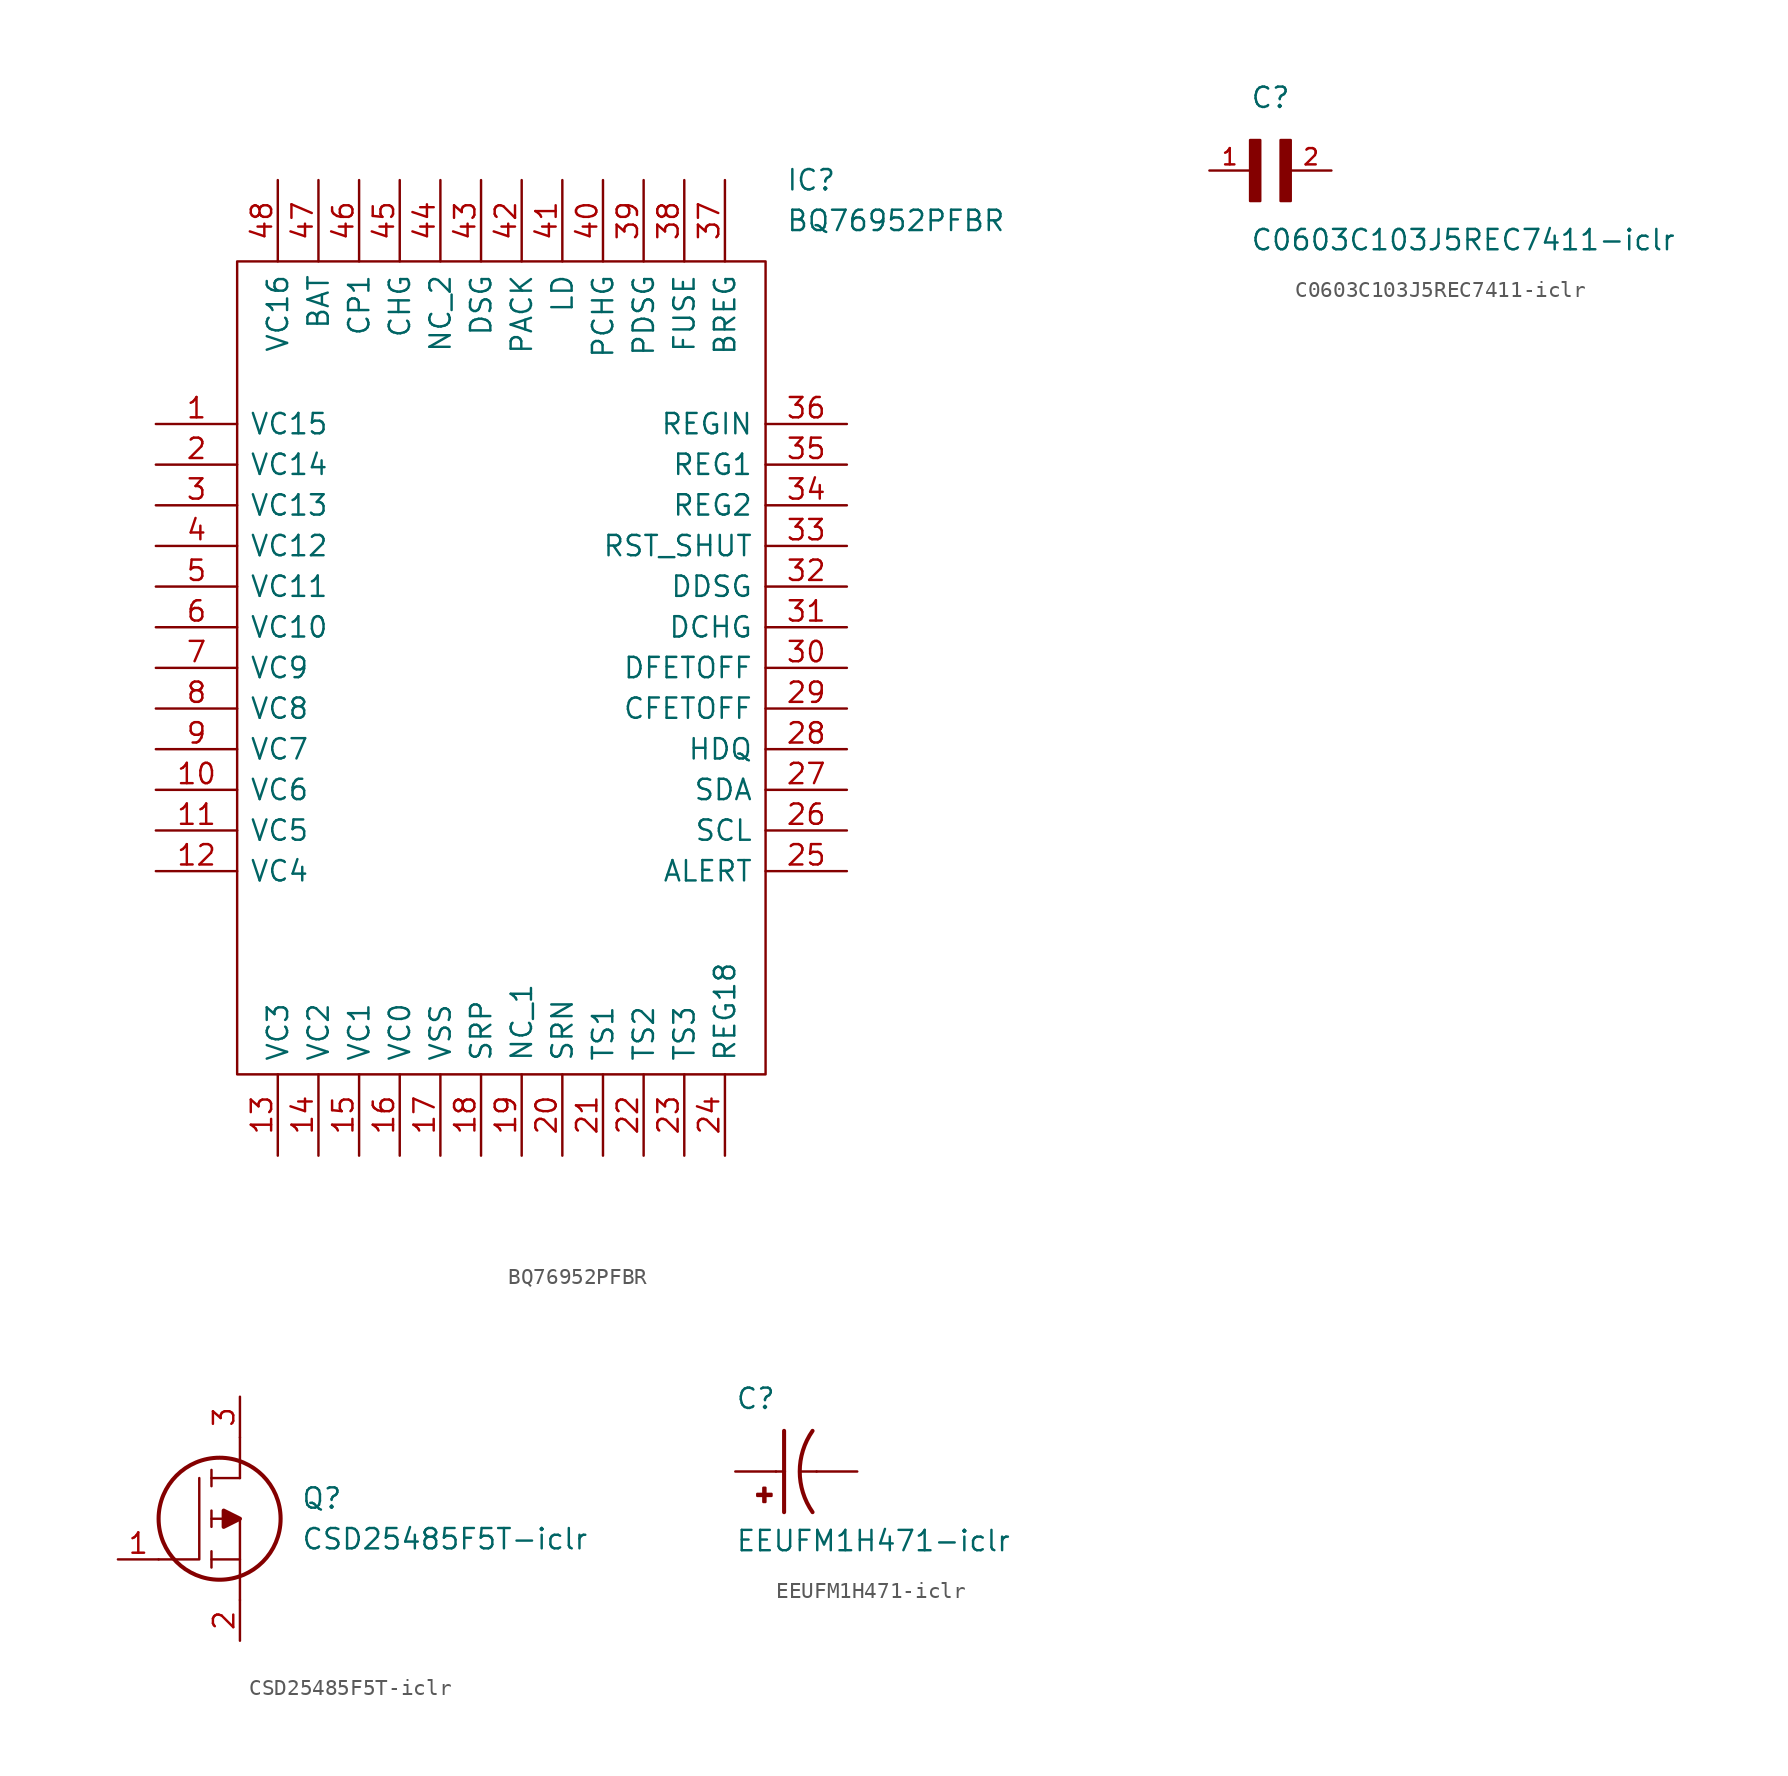
<source format=kicad_sym>
(kicad_symbol_lib
  (version 20211014)
  (generator kicad_symbol_editor)
  (symbol "BQ76952PFBR"
    (pin_names
      (offset 0.762))
    (property "Reference" "IC"
      (at 39.37 15.24 0)
      (effects (font (size 1.27 1.27)) (justify left)))
    (property "Value" "BQ76952PFBR"
      (at 39.37 12.7 0)
      (effects (font (size 1.27 1.27)) (justify left)))
    (symbol "BQ76952PFBR_0_0"
      (pin passive line (at 0 0 0) (length 5.08) (name "VC15" (effects (font (size 1.27 1.27)))) (number "1" (effects (font (size 1.27 1.27)))))
      (pin passive line (at 0 -22.86 0) (length 5.08) (name "VC6" (effects (font (size 1.27 1.27)))) (number "10" (effects (font (size 1.27 1.27)))))
      (pin passive line (at 0 -25.4 0) (length 5.08) (name "VC5" (effects (font (size 1.27 1.27)))) (number "11" (effects (font (size 1.27 1.27)))))
      (pin passive line (at 0 -27.94 0) (length 5.08) (name "VC4" (effects (font (size 1.27 1.27)))) (number "12" (effects (font (size 1.27 1.27)))))
      (pin passive line (at 7.62 -45.72 90) (length 5.08) (name "VC3" (effects (font (size 1.27 1.27)))) (number "13" (effects (font (size 1.27 1.27)))))
      (pin passive line (at 10.16 -45.72 90) (length 5.08) (name "VC2" (effects (font (size 1.27 1.27)))) (number "14" (effects (font (size 1.27 1.27)))))
      (pin passive line (at 12.7 -45.72 90) (length 5.08) (name "VC1" (effects (font (size 1.27 1.27)))) (number "15" (effects (font (size 1.27 1.27)))))
      (pin passive line (at 15.24 -45.72 90) (length 5.08) (name "VC0" (effects (font (size 1.27 1.27)))) (number "16" (effects (font (size 1.27 1.27)))))
      (pin passive line (at 17.78 -45.72 90) (length 5.08) (name "VSS" (effects (font (size 1.27 1.27)))) (number "17" (effects (font (size 1.27 1.27)))))
      (pin passive line (at 20.32 -45.72 90) (length 5.08) (name "SRP" (effects (font (size 1.27 1.27)))) (number "18" (effects (font (size 1.27 1.27)))))
      (pin passive line (at 22.86 -45.72 90) (length 5.08) (name "NC_1" (effects (font (size 1.27 1.27)))) (number "19" (effects (font (size 1.27 1.27)))))
      (pin passive line (at 0 -2.54 0) (length 5.08) (name "VC14" (effects (font (size 1.27 1.27)))) (number "2" (effects (font (size 1.27 1.27)))))
      (pin passive line (at 25.4 -45.72 90) (length 5.08) (name "SRN" (effects (font (size 1.27 1.27)))) (number "20" (effects (font (size 1.27 1.27)))))
      (pin passive line (at 27.94 -45.72 90) (length 5.08) (name "TS1" (effects (font (size 1.27 1.27)))) (number "21" (effects (font (size 1.27 1.27)))))
      (pin passive line (at 30.48 -45.72 90) (length 5.08) (name "TS2" (effects (font (size 1.27 1.27)))) (number "22" (effects (font (size 1.27 1.27)))))
      (pin passive line (at 33.02 -45.72 90) (length 5.08) (name "TS3" (effects (font (size 1.27 1.27)))) (number "23" (effects (font (size 1.27 1.27)))))
      (pin passive line (at 35.56 -45.72 90) (length 5.08) (name "REG18" (effects (font (size 1.27 1.27)))) (number "24" (effects (font (size 1.27 1.27)))))
      (pin passive line (at 43.18 -27.94 180) (length 5.08) (name "ALERT" (effects (font (size 1.27 1.27)))) (number "25" (effects (font (size 1.27 1.27)))))
      (pin passive line (at 43.18 -25.4 180) (length 5.08) (name "SCL" (effects (font (size 1.27 1.27)))) (number "26" (effects (font (size 1.27 1.27)))))
      (pin passive line (at 43.18 -22.86 180) (length 5.08) (name "SDA" (effects (font (size 1.27 1.27)))) (number "27" (effects (font (size 1.27 1.27)))))
      (pin passive line (at 43.18 -20.32 180) (length 5.08) (name "HDQ" (effects (font (size 1.27 1.27)))) (number "28" (effects (font (size 1.27 1.27)))))
      (pin passive line (at 43.18 -17.78 180) (length 5.08) (name "CFETOFF" (effects (font (size 1.27 1.27)))) (number "29" (effects (font (size 1.27 1.27)))))
      (pin passive line (at 0 -5.08 0) (length 5.08) (name "VC13" (effects (font (size 1.27 1.27)))) (number "3" (effects (font (size 1.27 1.27)))))
      (pin passive line (at 43.18 -15.24 180) (length 5.08) (name "DFETOFF" (effects (font (size 1.27 1.27)))) (number "30" (effects (font (size 1.27 1.27)))))
      (pin passive line (at 43.18 -12.7 180) (length 5.08) (name "DCHG" (effects (font (size 1.27 1.27)))) (number "31" (effects (font (size 1.27 1.27)))))
      (pin passive line (at 43.18 -10.16 180) (length 5.08) (name "DDSG" (effects (font (size 1.27 1.27)))) (number "32" (effects (font (size 1.27 1.27)))))
      (pin passive line (at 43.18 -7.62 180) (length 5.08) (name "RST_SHUT" (effects (font (size 1.27 1.27)))) (number "33" (effects (font (size 1.27 1.27)))))
      (pin passive line (at 43.18 -5.08 180) (length 5.08) (name "REG2" (effects (font (size 1.27 1.27)))) (number "34" (effects (font (size 1.27 1.27)))))
      (pin passive line (at 43.18 -2.54 180) (length 5.08) (name "REG1" (effects (font (size 1.27 1.27)))) (number "35" (effects (font (size 1.27 1.27)))))
      (pin passive line (at 43.18 0 180) (length 5.08) (name "REGIN" (effects (font (size 1.27 1.27)))) (number "36" (effects (font (size 1.27 1.27)))))
      (pin passive line (at 35.56 15.24 270) (length 5.08) (name "BREG" (effects (font (size 1.27 1.27)))) (number "37" (effects (font (size 1.27 1.27)))))
      (pin passive line (at 33.02 15.24 270) (length 5.08) (name "FUSE" (effects (font (size 1.27 1.27)))) (number "38" (effects (font (size 1.27 1.27)))))
      (pin passive line (at 30.48 15.24 270) (length 5.08) (name "PDSG" (effects (font (size 1.27 1.27)))) (number "39" (effects (font (size 1.27 1.27)))))
      (pin passive line (at 0 -7.62 0) (length 5.08) (name "VC12" (effects (font (size 1.27 1.27)))) (number "4" (effects (font (size 1.27 1.27)))))
      (pin passive line (at 27.94 15.24 270) (length 5.08) (name "PCHG" (effects (font (size 1.27 1.27)))) (number "40" (effects (font (size 1.27 1.27)))))
      (pin passive line (at 25.4 15.24 270) (length 5.08) (name "LD" (effects (font (size 1.27 1.27)))) (number "41" (effects (font (size 1.27 1.27)))))
      (pin passive line (at 22.86 15.24 270) (length 5.08) (name "PACK" (effects (font (size 1.27 1.27)))) (number "42" (effects (font (size 1.27 1.27)))))
      (pin passive line (at 20.32 15.24 270) (length 5.08) (name "DSG" (effects (font (size 1.27 1.27)))) (number "43" (effects (font (size 1.27 1.27)))))
      (pin passive line (at 17.78 15.24 270) (length 5.08) (name "NC_2" (effects (font (size 1.27 1.27)))) (number "44" (effects (font (size 1.27 1.27)))))
      (pin passive line (at 15.24 15.24 270) (length 5.08) (name "CHG" (effects (font (size 1.27 1.27)))) (number "45" (effects (font (size 1.27 1.27)))))
      (pin passive line (at 12.7 15.24 270) (length 5.08) (name "CP1" (effects (font (size 1.27 1.27)))) (number "46" (effects (font (size 1.27 1.27)))))
      (pin passive line (at 10.16 15.24 270) (length 5.08) (name "BAT" (effects (font (size 1.27 1.27)))) (number "47" (effects (font (size 1.27 1.27)))))
      (pin passive line (at 7.62 15.24 270) (length 5.08) (name "VC16" (effects (font (size 1.27 1.27)))) (number "48" (effects (font (size 1.27 1.27)))))
      (pin passive line (at 0 -10.16 0) (length 5.08) (name "VC11" (effects (font (size 1.27 1.27)))) (number "5" (effects (font (size 1.27 1.27)))))
      (pin passive line (at 0 -12.7 0) (length 5.08) (name "VC10" (effects (font (size 1.27 1.27)))) (number "6" (effects (font (size 1.27 1.27)))))
      (pin passive line (at 0 -15.24 0) (length 5.08) (name "VC9" (effects (font (size 1.27 1.27)))) (number "7" (effects (font (size 1.27 1.27)))))
      (pin passive line (at 0 -17.78 0) (length 5.08) (name "VC8" (effects (font (size 1.27 1.27)))) (number "8" (effects (font (size 1.27 1.27)))))
      (pin passive line (at 0 -20.32 0) (length 5.08) (name "VC7" (effects (font (size 1.27 1.27)))) (number "9" (effects (font (size 1.27 1.27))))))
    (symbol "BQ76952PFBR_0_1"
      (polyline (pts (xy 5.08 10.16) (xy 38.1 10.16) (xy 38.1 -40.64) (xy 5.08 -40.64) (xy 5.08 10.16)) (stroke (width 0.152) (type default) (color 0 0 0 0)) (fill (type none)))))
  (symbol "C0603C103J5REC7411-iclr"
    (pin_names
      (offset 1.016) hide)
    (property "Reference" "C"
      (at 0 3.81 0)
      (effects (font (size 1.27 1.27)) (justify left bottom)))
    (property "Value" "C0603C103J5REC7411-iclr"
      (at 0 -5.08 0)
      (effects (font (size 1.27 1.27)) (justify left bottom)))
    (property "ki_locked" ""
      (at 0 0 0)
      (effects (font (size 1.27 1.27))))
    (symbol "C0603C103J5REC7411-iclr_0_0"
      (rectangle (start 0 -1.905) (end 0.635 1.905) (stroke (width 0) (type default) (color 0 0 0 0)) (fill (type outline)))
      (rectangle (start 1.905 -1.905) (end 2.54 1.905) (stroke (width 0) (type default) (color 0 0 0 0)) (fill (type outline)))
      (pin passive line (at -2.54 0 0) (length 2.54) (name "~" (effects (font (size 1.016 1.016)))) (number "1" (effects (font (size 1.016 1.016)))))
      (pin passive line (at 5.08 0 180) (length 2.54) (name "~" (effects (font (size 1.016 1.016)))) (number "2" (effects (font (size 1.016 1.016)))))))
  (symbol "CSD25485F5T-iclr"
    (pin_names
      (offset 0.762))
    (property "Reference" "Q"
      (at 11.43 3.81 0)
      (effects (font (size 1.27 1.27)) (justify left)))
    (property "Value" "CSD25485F5T-iclr"
      (at 11.43 1.27 0)
      (effects (font (size 1.27 1.27)) (justify left)))
    (symbol "CSD25485F5T-iclr_0_0"
      (pin passive line (at 0 0 0) (length 2.54) (name "~" (effects (font (size 1.27 1.27)))) (number "1" (effects (font (size 1.27 1.27)))))
      (pin passive line (at 7.62 -5.08 90) (length 2.54) (name "~" (effects (font (size 1.27 1.27)))) (number "2" (effects (font (size 1.27 1.27)))))
      (pin passive line (at 7.62 10.16 270) (length 2.54) (name "~" (effects (font (size 1.27 1.27)))) (number "3" (effects (font (size 1.27 1.27))))))
    (symbol "CSD25485F5T-iclr_0_1"
      (polyline (pts (xy 5.842 -0.508) (xy 5.842 0.508)) (stroke (width 0.152) (type default) (color 0 0 0 0)) (fill (type none)))
      (polyline (pts (xy 5.842 0) (xy 7.62 0)) (stroke (width 0.152) (type default) (color 0 0 0 0)) (fill (type none)))
      (polyline (pts (xy 5.842 2.032) (xy 5.842 3.048)) (stroke (width 0.152) (type default) (color 0 0 0 0)) (fill (type none)))
      (polyline (pts (xy 5.842 5.588) (xy 5.842 4.572)) (stroke (width 0.152) (type default) (color 0 0 0 0)) (fill (type none)))
      (polyline (pts (xy 7.62 2.54) (xy 5.842 2.54)) (stroke (width 0.152) (type default) (color 0 0 0 0)) (fill (type none)))
      (polyline (pts (xy 7.62 2.54) (xy 7.62 -2.54)) (stroke (width 0.152) (type default) (color 0 0 0 0)) (fill (type none)))
      (polyline (pts (xy 7.62 5.08) (xy 5.842 5.08)) (stroke (width 0.152) (type default) (color 0 0 0 0)) (fill (type none)))
      (polyline (pts (xy 7.62 5.08) (xy 7.62 7.62)) (stroke (width 0.152) (type default) (color 0 0 0 0)) (fill (type none)))
      (polyline (pts (xy 2.54 0) (xy 5.08 0) (xy 5.08 5.08)) (stroke (width 0.152) (type default) (color 0 0 0 0)) (fill (type none)))
      (polyline (pts (xy 7.62 2.54) (xy 6.604 3.048) (xy 6.604 2.032) (xy 7.62 2.54)) (stroke (width 0.254) (type default) (color 0 0 0 0)) (fill (type outline)))
      (circle (center 6.35 2.54) (radius 3.81) (stroke (width 0.254) (type default) (color 0 0 0 0)) (fill (type none)))))
  (symbol "EEUFM1H471-iclr"
    (pin_numbers hide)
    (pin_names
      (offset 1.016) hide)
    (property "Reference" "C"
      (at -2.54 3.81 0)
      (effects (font (size 1.27 1.27)) (justify left bottom)))
    (property "Value" "EEUFM1H471-iclr"
      (at -2.54 -5.08 0)
      (effects (font (size 1.27 1.27)) (justify left bottom)))
    (property "ki_locked" ""
      (at 0 0 0)
      (effects (font (size 1.27 1.27))))
    (symbol "EEUFM1H471-iclr_0_0"
      (rectangle (start -1.168 -1.524) (end -0.279 -1.397) (stroke (width 0) (type default) (color 0 0 0 0)) (fill (type outline)))
      (rectangle (start -0.787 -1.905) (end -0.66 -1.016) (stroke (width 0) (type default) (color 0 0 0 0)) (fill (type outline)))
      (polyline (pts (xy 0 0) (xy 0.508 0)) (stroke (width 0.152) (type default) (color 0 0 0 0)) (fill (type none)))
      (polyline (pts (xy 0.508 0) (xy 0.508 -2.54)) (stroke (width 0.254) (type default) (color 0 0 0 0)) (fill (type none)))
      (polyline (pts (xy 0.508 2.54) (xy 0.508 0)) (stroke (width 0.254) (type default) (color 0 0 0 0)) (fill (type none)))
      (polyline (pts (xy 2.54 0) (xy 1.524 0)) (stroke (width 0.152) (type default) (color 0 0 0 0)) (fill (type none)))
      (arc (start 2.286 2.54) (mid 1.486 0) (end 2.286 -2.54) (stroke (width 0.254) (type default) (color 0 0 0 0)) (fill (type none)))
      (pin passive line (at 5.08 0 180) (length 2.54) (name "~" (effects (font (size 1.016 1.016)))) (number "N" (effects (font (size 1.016 1.016)))))
      (pin passive line (at -2.54 0 0) (length 2.54) (name "~" (effects (font (size 1.016 1.016)))) (number "P" (effects (font (size 1.016 1.016))))))))
</source>
